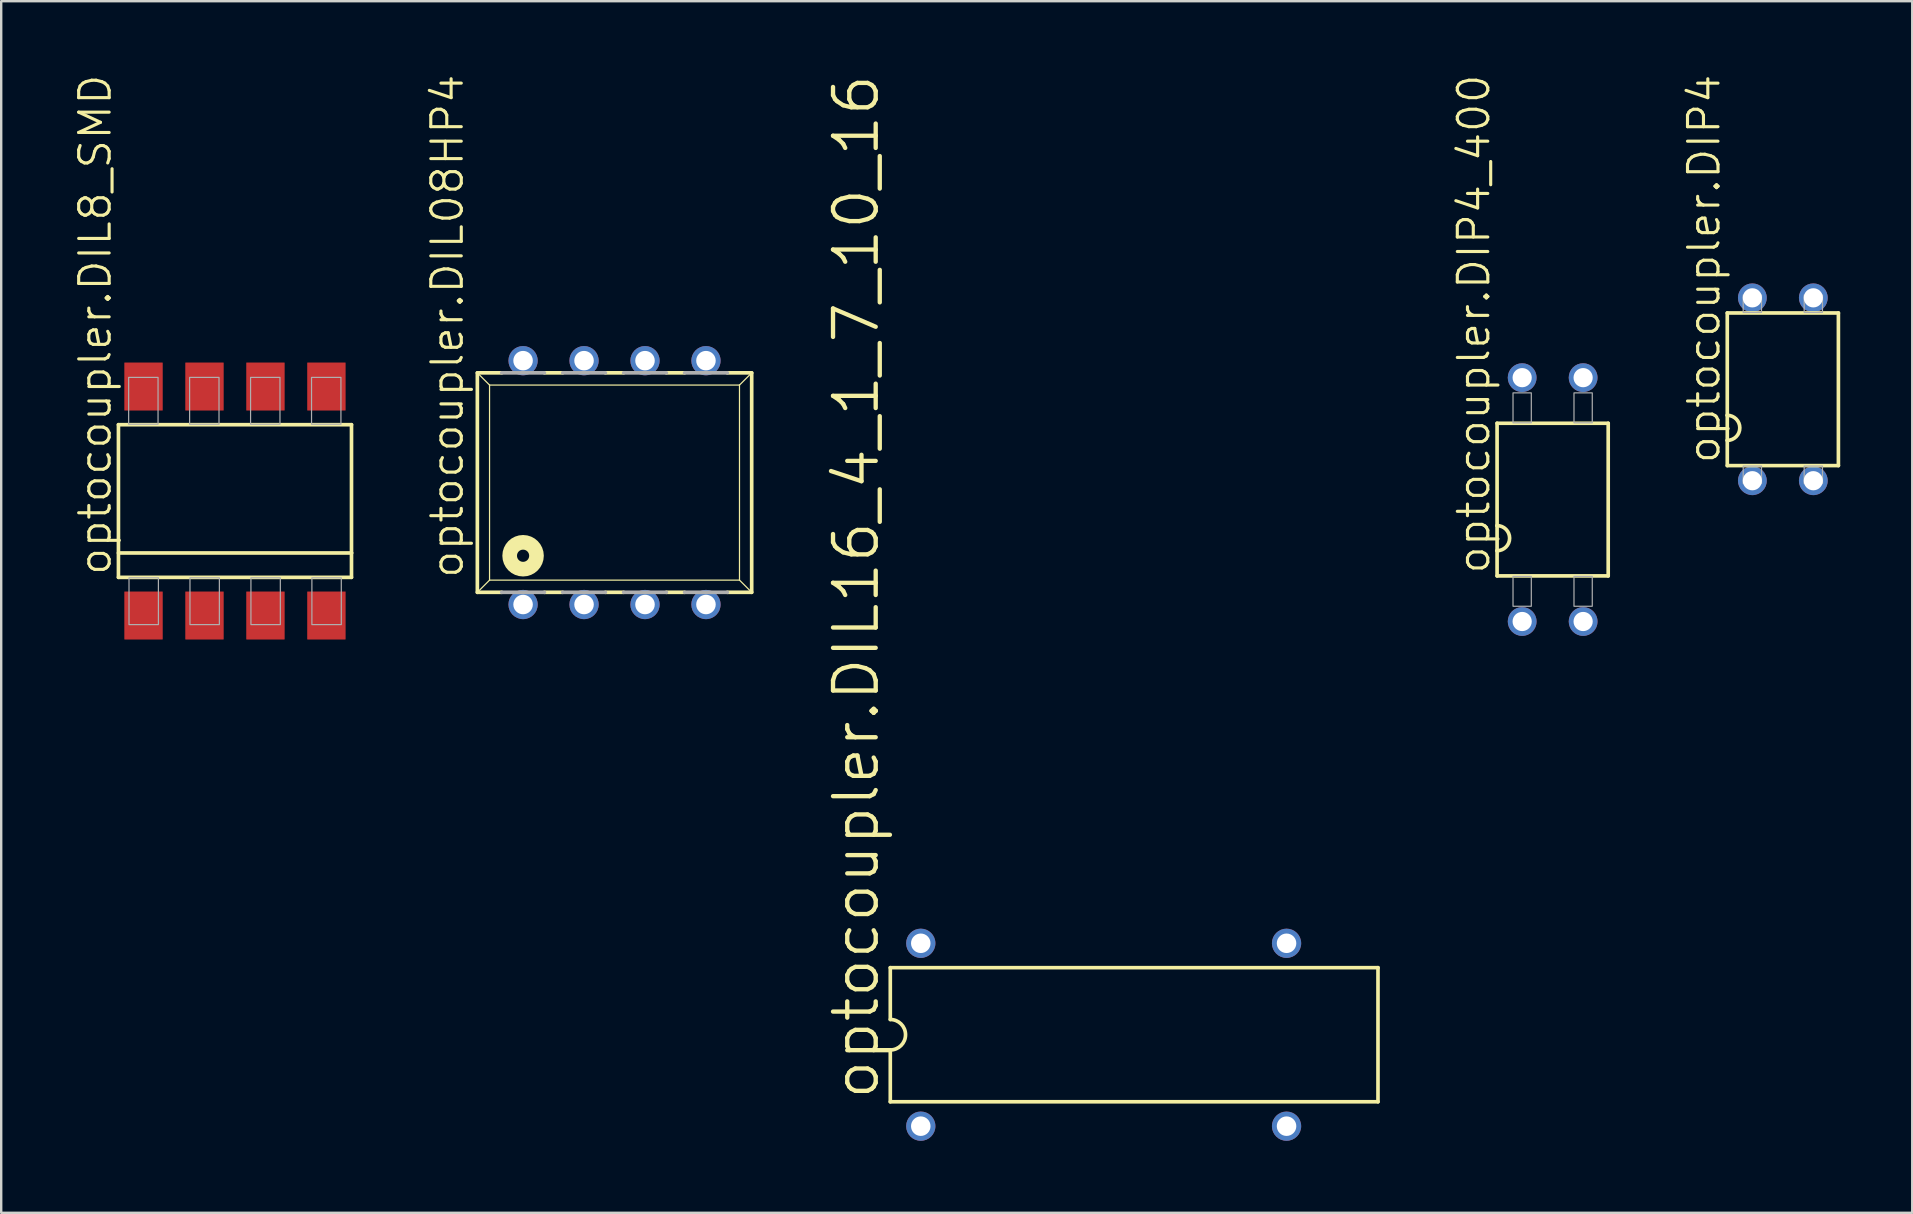
<source format=kicad_pcb>
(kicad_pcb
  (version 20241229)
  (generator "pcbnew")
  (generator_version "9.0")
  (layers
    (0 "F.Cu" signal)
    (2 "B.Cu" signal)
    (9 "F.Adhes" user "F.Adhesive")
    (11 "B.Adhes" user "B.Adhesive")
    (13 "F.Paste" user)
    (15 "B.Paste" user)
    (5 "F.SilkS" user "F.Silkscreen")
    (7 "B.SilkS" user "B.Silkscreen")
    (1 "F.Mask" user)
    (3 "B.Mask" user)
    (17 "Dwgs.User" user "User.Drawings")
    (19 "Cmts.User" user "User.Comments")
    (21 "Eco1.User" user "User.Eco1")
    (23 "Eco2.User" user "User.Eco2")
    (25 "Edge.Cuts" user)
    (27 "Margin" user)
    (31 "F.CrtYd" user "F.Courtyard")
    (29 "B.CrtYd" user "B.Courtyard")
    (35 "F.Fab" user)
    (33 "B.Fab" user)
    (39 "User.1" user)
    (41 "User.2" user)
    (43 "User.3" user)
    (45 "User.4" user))
  (footprint "optocoupler.DIL08HP4"
    (layer "F.Cu")
    (at 22.554 17.057)
    (property "Reference" "optocoupler.DIL08HP4" (at -6.223 4.064 90) (layer "F.SilkS") (effects (font (size 1.27 1.27) (thickness 0.13)) (justify left bottom)))
    (attr through_hole)
    (fp_line (start -5.715 -4.572) (end -5.715 4.572) (stroke (width 0.152) (type default)) (layer "F.SilkS"))
    (fp_line (start -5.715 -4.572) (end -4.699 -4.572) (stroke (width 0.152) (type default)) (layer "F.SilkS"))
    (fp_line (start -5.715 4.572) (end -4.699 4.572) (stroke (width 0.152) (type default)) (layer "F.SilkS"))
    (fp_line (start -5.207 -4.064) (end -5.715 -4.572) (stroke (width 0.051) (type default)) (layer "F.SilkS"))
    (fp_line (start -5.207 -4.064) (end 5.207 -4.064) (stroke (width 0.051) (type default)) (layer "F.SilkS"))
    (fp_line (start -5.207 4.064) (end -5.715 4.572) (stroke (width 0.051) (type default)) (layer "F.SilkS"))
    (fp_line (start -5.207 4.064) (end -5.207 -4.064) (stroke (width 0.051) (type default)) (layer "F.SilkS"))
    (fp_line (start -2.921 -4.572) (end -2.159 -4.572) (stroke (width 0.152) (type default)) (layer "F.SilkS"))
    (fp_line (start -2.921 4.572) (end -2.159 4.572) (stroke (width 0.152) (type default)) (layer "F.SilkS"))
    (fp_line (start -0.381 -4.572) (end 0.381 -4.572) (stroke (width 0.152) (type default)) (layer "F.SilkS"))
    (fp_line (start -0.381 4.572) (end 0.381 4.572) (stroke (width 0.152) (type default)) (layer "F.SilkS"))
    (fp_line (start 2.159 -4.572) (end 2.921 -4.572) (stroke (width 0.152) (type default)) (layer "F.SilkS"))
    (fp_line (start 2.159 4.572) (end 2.921 4.572) (stroke (width 0.152) (type default)) (layer "F.SilkS"))
    (fp_line (start 4.699 -4.572) (end 5.715 -4.572) (stroke (width 0.152) (type default)) (layer "F.SilkS"))
    (fp_line (start 4.699 4.572) (end 5.715 4.572) (stroke (width 0.152) (type default)) (layer "F.SilkS"))
    (fp_line (start 5.207 -4.064) (end 5.207 4.064) (stroke (width 0.051) (type default)) (layer "F.SilkS"))
    (fp_line (start 5.207 -4.064) (end 5.715 -4.572) (stroke (width 0.051) (type default)) (layer "F.SilkS"))
    (fp_line (start 5.207 4.064) (end -5.207 4.064) (stroke (width 0.051) (type default)) (layer "F.SilkS"))
    (fp_line (start 5.207 4.064) (end 5.715 4.572) (stroke (width 0.051) (type default)) (layer "F.SilkS"))
    (fp_line (start 5.715 4.572) (end 5.715 -4.572) (stroke (width 0.152) (type default)) (layer "F.SilkS"))
    (fp_circle (center -3.81 3.048) (end -3.556 3.048) (stroke (width 0.61) (type default)) (fill no) (layer "F.SilkS"))
    (fp_line (start -4.699 -4.572) (end -2.921 -4.572) (stroke (width 0.152) (type default)) (layer "F.Fab"))
    (fp_line (start -4.699 4.572) (end -2.921 4.572) (stroke (width 0.152) (type default)) (layer "F.Fab"))
    (fp_line (start -2.159 -4.572) (end -0.381 -4.572) (stroke (width 0.152) (type default)) (layer "F.Fab"))
    (fp_line (start -2.159 4.572) (end -0.381 4.572) (stroke (width 0.152) (type default)) (layer "F.Fab"))
    (fp_line (start 0.381 -4.572) (end 2.159 -4.572) (stroke (width 0.152) (type default)) (layer "F.Fab"))
    (fp_line (start 0.381 4.572) (end 2.159 4.572) (stroke (width 0.152) (type default)) (layer "F.Fab"))
    (fp_line (start 2.921 -4.572) (end 4.699 -4.572) (stroke (width 0.152) (type default)) (layer "F.Fab"))
    (fp_line (start 2.921 4.572) (end 4.699 4.572) (stroke (width 0.152) (type default)) (layer "F.Fab"))
    (pad "1" thru_hole circle (at -3.81 5.08) (size 1.219 1.219) (drill 0.813) (layers "*.Cu" "*.Mask"))
    (pad "2" thru_hole circle (at -1.27 5.08) (size 1.219 1.219) (drill 0.813) (layers "*.Cu" "*.Mask"))
    (pad "3" thru_hole circle (at 1.27 5.08) (size 1.219 1.219) (drill 0.813) (layers "*.Cu" "*.Mask"))
    (pad "4" thru_hole circle (at 3.81 5.08) (size 1.219 1.219) (drill 0.813) (layers "*.Cu" "*.Mask"))
    (pad "5" thru_hole circle (at 3.81 -5.08) (size 1.219 1.219) (drill 0.813) (layers "*.Cu" "*.Mask"))
    (pad "6" thru_hole circle (at 1.27 -5.08) (size 1.219 1.219) (drill 0.813) (layers "*.Cu" "*.Mask"))
    (pad "7" thru_hole circle (at -1.27 -5.08) (size 1.219 1.219) (drill 0.813) (layers "*.Cu" "*.Mask"))
    (pad "8" thru_hole circle (at -3.81 -5.08) (size 1.219 1.219) (drill 0.813) (layers "*.Cu" "*.Mask")))
  (footprint "optocoupler.DIP4"
    (layer "F.Cu")
    (at 71.232 13.169)
    (property "Reference" "optocoupler.DIP4" (at -2.54 3.175 90) (layer "F.SilkS") (effects (font (size 1.27 1.27) (thickness 0.13)) (justify left bottom)))
    (attr through_hole)
    (fp_line (start -2.315 -3.18) (end 2.315 -3.18) (stroke (width 0.152) (type default)) (layer "F.SilkS"))
    (fp_line (start -2.315 1.085) (end -2.315 -3.18) (stroke (width 0.152) (type default)) (layer "F.SilkS"))
    (fp_line (start -2.315 2.13) (end -2.315 1.085) (stroke (width 0.152) (type default)) (layer "F.SilkS"))
    (fp_line (start -2.315 3.18) (end -2.315 2.13) (stroke (width 0.152) (type default)) (layer "F.SilkS"))
    (fp_line (start 2.315 -3.18) (end 2.315 3.18) (stroke (width 0.152) (type default)) (layer "F.SilkS"))
    (fp_line (start 2.315 3.18) (end -2.315 3.18) (stroke (width 0.152) (type default)) (layer "F.SilkS"))
    (fp_arc (start -2.315 1.085) (mid -1.7925 1.6075) (end -2.315 2.13) (stroke (width 0.1524) (type default)) (layer "F.SilkS"))
    (fp_rect (start -1.651 -3.2) (end -0.889 -3.925) (stroke (width 0.05) (type default)) (fill no) (layer "F.Fab"))
    (fp_rect (start -1.651 3.925) (end -0.889 3.2) (stroke (width 0.05) (type default)) (fill no) (layer "F.Fab"))
    (fp_rect (start 0.889 -3.2) (end 1.651 -3.925) (stroke (width 0.05) (type default)) (fill no) (layer "F.Fab"))
    (fp_rect (start 0.889 3.925) (end 1.651 3.2) (stroke (width 0.05) (type default)) (fill no) (layer "F.Fab"))
    (pad "1" thru_hole circle (at -1.27 3.81) (size 1.2 1.2) (drill 0.8) (layers "*.Cu" "*.Mask"))
    (pad "2" thru_hole circle (at 1.27 3.81) (size 1.2 1.2) (drill 0.8) (layers "*.Cu" "*.Mask"))
    (pad "3" thru_hole circle (at 1.27 -3.81) (size 1.2 1.2) (drill 0.8) (layers "*.Cu" "*.Mask"))
    (pad "4" thru_hole circle (at -1.27 -3.81) (size 1.2 1.2) (drill 0.8) (layers "*.Cu" "*.Mask")))
  (footprint "optocoupler.DIP4_400"
    (layer "F.Cu")
    (at 61.641 17.765)
    (property "Reference" "optocoupler.DIP4_400" (at -2.54 3.175 90) (layer "F.SilkS") (effects (font (size 1.27 1.27) (thickness 0.13)) (justify left bottom)))
    (attr through_hole)
    (fp_line (start -2.315 -3.18) (end 2.315 -3.18) (stroke (width 0.152) (type default)) (layer "F.SilkS"))
    (fp_line (start -2.315 1.085) (end -2.315 -3.18) (stroke (width 0.152) (type default)) (layer "F.SilkS"))
    (fp_line (start -2.315 2.13) (end -2.315 1.085) (stroke (width 0.152) (type default)) (layer "F.SilkS"))
    (fp_line (start -2.315 3.18) (end -2.315 2.13) (stroke (width 0.152) (type default)) (layer "F.SilkS"))
    (fp_line (start 2.315 -3.18) (end 2.315 3.18) (stroke (width 0.152) (type default)) (layer "F.SilkS"))
    (fp_line (start 2.315 3.18) (end -2.315 3.18) (stroke (width 0.152) (type default)) (layer "F.SilkS"))
    (fp_arc (start -2.315 1.085) (mid -1.7925 1.6075) (end -2.315 2.13) (stroke (width 0.1524) (type default)) (layer "F.SilkS"))
    (fp_rect (start -1.651 -3.2) (end -0.889 -4.445) (stroke (width 0.05) (type default)) (fill no) (layer "F.Fab"))
    (fp_rect (start -1.651 4.445) (end -0.889 3.2) (stroke (width 0.05) (type default)) (fill no) (layer "F.Fab"))
    (fp_rect (start 0.889 -3.2) (end 1.651 -4.445) (stroke (width 0.05) (type default)) (fill no) (layer "F.Fab"))
    (fp_rect (start 0.889 4.445) (end 1.651 3.2) (stroke (width 0.05) (type default)) (fill no) (layer "F.Fab"))
    (pad "1" thru_hole circle (at -1.27 5.08) (size 1.2 1.2) (drill 0.8) (layers "*.Cu" "*.Mask"))
    (pad "2" thru_hole circle (at 1.27 5.08) (size 1.2 1.2) (drill 0.8) (layers "*.Cu" "*.Mask"))
    (pad "3" thru_hole circle (at 1.27 -5.08) (size 1.2 1.2) (drill 0.8) (layers "*.Cu" "*.Mask"))
    (pad "4" thru_hole circle (at -1.27 -5.08) (size 1.2 1.2) (drill 0.8) (layers "*.Cu" "*.Mask")))
  (footprint "optocoupler.DIL8_SMD"
    (layer "F.Cu")
    (at 6.74 17.825)
    (property "Reference" "optocoupler.DIL8_SMD" (at -5.08 3.175 90) (layer "F.SilkS") (effects (font (size 1.27 1.27) (thickness 0.13)) (justify left bottom)))
    (attr smd)
    (fp_line (start -4.855 -3.18) (end 4.855 -3.18) (stroke (width 0.152) (type default)) (layer "F.SilkS"))
    (fp_line (start -4.855 3.18) (end -4.855 -3.18) (stroke (width 0.152) (type default)) (layer "F.SilkS"))
    (fp_line (start 4.855 -3.18) (end 4.855 2.164) (stroke (width 0.152) (type default)) (layer "F.SilkS"))
    (fp_line (start 4.855 2.164) (end -4.855 2.164) (stroke (width 0.152) (type default)) (layer "F.SilkS"))
    (fp_line (start 4.855 2.164) (end 4.855 3.18) (stroke (width 0.152) (type default)) (layer "F.SilkS"))
    (fp_line (start 4.855 3.18) (end -4.855 3.18) (stroke (width 0.152) (type default)) (layer "F.SilkS"))
    (fp_rect (start -4.43 -3.2) (end -3.205 -5.15) (stroke (width 0.05) (type default)) (fill no) (layer "F.Fab"))
    (fp_rect (start -4.415 5.15) (end -3.19 3.2) (stroke (width 0.05) (type default)) (fill no) (layer "F.Fab"))
    (fp_rect (start -1.89 -3.2) (end -0.665 -5.15) (stroke (width 0.05) (type default)) (fill no) (layer "F.Fab"))
    (fp_rect (start -1.875 5.15) (end -0.65 3.2) (stroke (width 0.05) (type default)) (fill no) (layer "F.Fab"))
    (fp_rect (start 0.65 -3.2) (end 1.875 -5.15) (stroke (width 0.05) (type default)) (fill no) (layer "F.Fab"))
    (fp_rect (start 0.665 5.15) (end 1.89 3.2) (stroke (width 0.05) (type default)) (fill no) (layer "F.Fab"))
    (fp_rect (start 3.19 -3.2) (end 4.415 -5.15) (stroke (width 0.05) (type default)) (fill no) (layer "F.Fab"))
    (fp_rect (start 3.205 5.15) (end 4.43 3.2) (stroke (width 0.05) (type default)) (fill no) (layer "F.Fab"))
    (pad "1" smd roundrect (at -3.81 4.77) (size 1.6 2) (layers "F.Cu" "F.Mask" "F.Paste") (roundrect_rratio 0.01))
    (pad "2" smd roundrect (at -1.27 4.77) (size 1.6 2) (layers "F.Cu" "F.Mask" "F.Paste") (roundrect_rratio 0.01))
    (pad "3" smd roundrect (at 1.27 4.77) (size 1.6 2) (layers "F.Cu" "F.Mask" "F.Paste") (roundrect_rratio 0.01))
    (pad "4" smd roundrect (at 3.81 4.77) (size 1.6 2) (layers "F.Cu" "F.Mask" "F.Paste") (roundrect_rratio 0.01))
    (pad "5" smd roundrect (at 3.81 -4.77 180) (size 1.6 2) (layers "F.Cu" "F.Mask" "F.Paste") (roundrect_rratio 0.01))
    (pad "6" smd roundrect (at 1.27 -4.77 180) (size 1.6 2) (layers "F.Cu" "F.Mask" "F.Paste") (roundrect_rratio 0.01))
    (pad "7" smd roundrect (at -1.27 -4.77 180) (size 1.6 2) (layers "F.Cu" "F.Mask" "F.Paste") (roundrect_rratio 0.01))
    (pad "8" smd roundrect (at -3.81 -4.77 180) (size 1.6 2) (layers "F.Cu" "F.Mask" "F.Paste") (roundrect_rratio 0.01)))
  (footprint "optocoupler.DIL16_4_1_7_10_16"
    (layer "F.Cu")
    (at 42.934 40.062)
    (property "Reference" "optocoupler.DIL16_4_1_7_10_16" (at -9.271 2.794 90) (layer "F.SilkS") (effects (font (size 1.778 1.778) (thickness 0.18)) (justify left bottom)))
    (attr through_hole)
    (fp_line (start -8.89 -2.794) (end -8.89 -0.635) (stroke (width 0.152) (type default)) (layer "F.SilkS"))
    (fp_line (start -8.89 -2.794) (end 11.43 -2.794) (stroke (width 0.152) (type default)) (layer "F.SilkS"))
    (fp_line (start -8.89 0.635) (end -8.89 2.794) (stroke (width 0.152) (type default)) (layer "F.SilkS"))
    (fp_line (start -8.89 2.794) (end 11.43 2.794) (stroke (width 0.152) (type default)) (layer "F.SilkS"))
    (fp_line (start 11.43 2.794) (end 11.43 -2.794) (stroke (width 0.152) (type default)) (layer "F.SilkS"))
    (fp_arc (start -8.89 -0.635) (mid -8.255 0) (end -8.89 0.635) (stroke (width 0.1524) (type default)) (layer "F.SilkS"))
    (pad "1" thru_hole circle (at -7.62 3.81) (size 1.219 1.219) (drill 0.813) (layers "*.Cu" "*.Mask"))
    (pad "7" thru_hole circle (at 7.62 3.81) (size 1.219 1.219) (drill 0.813) (layers "*.Cu" "*.Mask"))
    (pad "10" thru_hole circle (at 7.62 -3.81) (size 1.219 1.219) (drill 0.813) (layers "*.Cu" "*.Mask"))
    (pad "16" thru_hole circle (at -7.62 -3.81) (size 1.219 1.219) (drill 0.813) (layers "*.Cu" "*.Mask")))
  (gr_rect
    (start -3 -3)
    (end 76.623 47.482)
    (stroke (width 0.1) (type default))
    (fill no)
    (layer "Edge.Cuts")))
</source>
